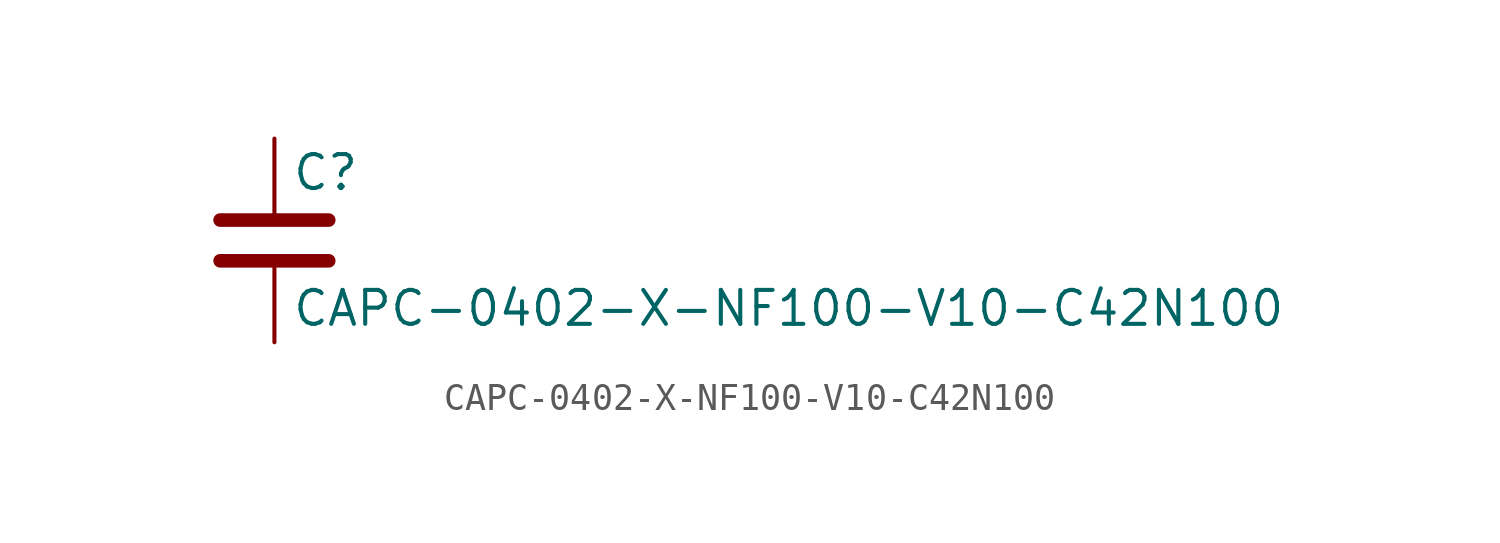
<source format=kicad_sym>
(kicad_symbol_lib
  (version 20211014)
  (generator kicad_symbol_editor)
  (symbol "CAPC-0402-X-NF100-V10-C42N100"
    (pin_numbers hide)
    (pin_names
      (offset 0.254))
    (property "Reference" "C"
      (at 0.635 2.54 0)
      (effects (font (size 1.27 1.27)) (justify left)))
    (property "Value" "CAPC-0402-X-NF100-V10-C42N100"
      (at 0.635 -2.54 0)
      (effects (font (size 1.27 1.27)) (justify left)))
    (symbol "CAPC-0402-X-NF100-V10-C42N100_0_1"
      (polyline (pts (xy -2.032 -0.762) (xy 2.032 -0.762)) (stroke (width 0.508) (type default) (color 0 0 0 0)) (fill (type none)))
      (polyline (pts (xy -2.032 0.762) (xy 2.032 0.762)) (stroke (width 0.508) (type default) (color 0 0 0 0)) (fill (type none))))
    (symbol "CAPC-0402-X-NF100-V10-C42N100_1_1"
      (pin passive line (at 0 3.81 270) (length 2.794) (name "~" (effects (font (size 1.27 1.27)))) (number "1" (effects (font (size 1.27 1.27)))))
      (pin passive line (at 0 -3.81 90) (length 2.794) (name "~" (effects (font (size 1.27 1.27)))) (number "2" (effects (font (size 1.27 1.27))))))))
</source>
